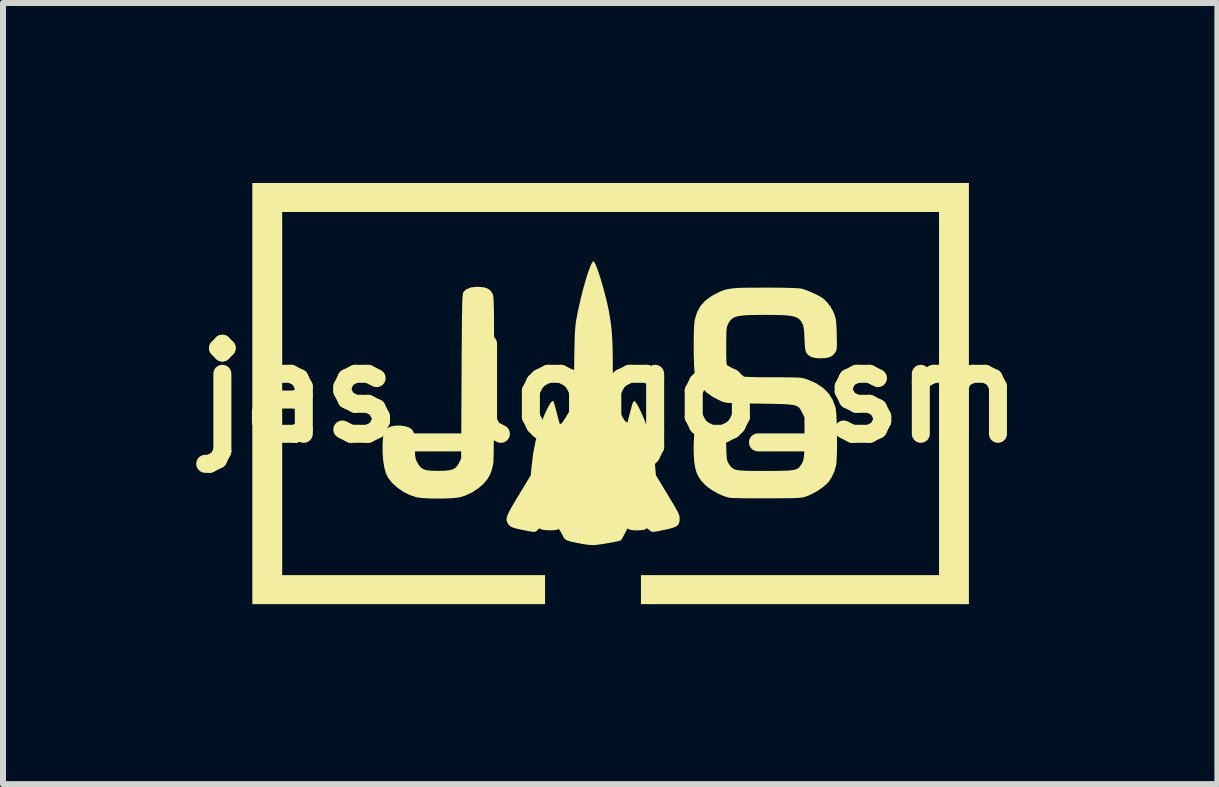
<source format=kicad_pcb>
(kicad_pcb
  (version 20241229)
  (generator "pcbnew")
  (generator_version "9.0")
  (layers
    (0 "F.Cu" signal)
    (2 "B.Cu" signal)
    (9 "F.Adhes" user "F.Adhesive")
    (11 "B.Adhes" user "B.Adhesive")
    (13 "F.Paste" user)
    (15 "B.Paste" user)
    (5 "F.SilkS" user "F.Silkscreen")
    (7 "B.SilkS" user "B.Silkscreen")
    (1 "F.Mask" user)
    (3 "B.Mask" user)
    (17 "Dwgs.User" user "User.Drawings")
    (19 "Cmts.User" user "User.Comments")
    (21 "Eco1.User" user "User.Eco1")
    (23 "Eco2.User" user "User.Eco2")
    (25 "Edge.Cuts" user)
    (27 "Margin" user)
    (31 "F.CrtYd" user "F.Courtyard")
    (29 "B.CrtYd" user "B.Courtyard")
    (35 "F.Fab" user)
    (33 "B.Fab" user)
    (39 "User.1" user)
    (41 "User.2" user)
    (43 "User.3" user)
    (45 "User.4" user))
  (footprint "jas_logo_sm"
    (layer "F.Cu")
    (at 7.121 3.503)
    (property "Reference" "jas_logo_sm" (at 0 0 0) (layer "F.SilkS") (effects (font (size 1.5 1.5) (thickness 0.3))))
    (attr board_only exclude_from_pos_files exclude_from_bom)
    (fp_poly (pts (xy 5.98 0.007) (xy 5.98 3.518) (xy 3.246 3.518) (xy 0.513 3.518) (xy 0.513 3.276) (xy 0.513 3.034) (xy 2.997 3.034) (xy 5.482 3.034) (xy 5.482 0.007) (xy 5.482 -3.019) (xy 0.007 -3.019) (xy -5.467 -3.019) (xy -5.467 0.007) (xy -5.467 3.034) (xy -3.276 3.034) (xy -1.085 3.034) (xy -1.085 3.276) (xy -1.085 3.518) (xy -3.525 3.518) (xy -5.965 3.518) (xy -5.965 0.007) (xy -5.965 -3.503) (xy 0.007 -3.503) (xy 5.98 -3.503)) (stroke (width 0) (type solid)) (fill yes) (layer "F.SilkS"))
    (fp_poly (pts (xy -2.178 -1.771) (xy -2.097 -1.762) (xy -2.038 -1.742) (xy -1.994 -1.707) (xy -1.96 -1.655) (xy -1.956 -1.645) (xy -1.952 -1.632) (xy -1.949 -1.614) (xy -1.946 -1.589) (xy -1.943 -1.556) (xy -1.941 -1.512) (xy -1.94 -1.456) (xy -1.938 -1.386) (xy -1.937 -1.3) (xy -1.936 -1.197) (xy -1.936 -1.074) (xy -1.935 -0.93) (xy -1.935 -0.762) (xy -1.935 -0.57) (xy -1.935 -0.351) (xy -1.935 -0.256) (xy -1.935 -0.058) (xy -1.935 0.133) (xy -1.936 0.315) (xy -1.937 0.485) (xy -1.938 0.642) (xy -1.939 0.783) (xy -1.941 0.906) (xy -1.942 1.008) (xy -1.944 1.088) (xy -1.946 1.143) (xy -1.948 1.172) (xy -1.948 1.173) (xy -1.961 1.233) (xy -1.981 1.301) (xy -1.994 1.341) (xy -2.041 1.428) (xy -2.112 1.513) (xy -2.202 1.59) (xy -2.305 1.657) (xy -2.418 1.709) (xy -2.508 1.736) (xy -2.565 1.745) (xy -2.645 1.752) (xy -2.74 1.756) (xy -2.844 1.758) (xy -2.949 1.757) (xy -3.049 1.754) (xy -3.136 1.749) (xy -3.205 1.74) (xy -3.23 1.736) (xy -3.342 1.698) (xy -3.451 1.643) (xy -3.55 1.574) (xy -3.635 1.496) (xy -3.701 1.412) (xy -3.736 1.342) (xy -3.765 1.238) (xy -3.785 1.113) (xy -3.794 0.971) (xy -3.793 0.841) (xy -3.788 0.754) (xy -3.779 0.69) (xy -3.764 0.644) (xy -3.74 0.61) (xy -3.706 0.582) (xy -3.689 0.571) (xy -3.637 0.551) (xy -3.567 0.542) (xy -3.491 0.542) (xy -3.417 0.552) (xy -3.357 0.571) (xy -3.355 0.572) (xy -3.318 0.595) (xy -3.291 0.623) (xy -3.273 0.661) (xy -3.261 0.714) (xy -3.256 0.786) (xy -3.254 0.883) (xy -3.254 0.892) (xy -3.253 0.971) (xy -3.252 1.028) (xy -3.247 1.069) (xy -3.239 1.101) (xy -3.227 1.132) (xy -3.213 1.158) (xy -3.184 1.208) (xy -3.151 1.245) (xy -3.11 1.27) (xy -3.057 1.285) (xy -2.985 1.293) (xy -2.89 1.296) (xy -2.865 1.296) (xy -2.763 1.294) (xy -2.685 1.286) (xy -2.626 1.271) (xy -2.582 1.247) (xy -2.549 1.213) (xy -2.521 1.166) (xy -2.519 1.162) (xy -2.484 1.092) (xy -2.477 -0.278) (xy -2.476 -0.51) (xy -2.475 -0.714) (xy -2.473 -0.893) (xy -2.472 -1.047) (xy -2.471 -1.18) (xy -2.47 -1.292) (xy -2.468 -1.386) (xy -2.467 -1.462) (xy -2.465 -1.524) (xy -2.463 -1.573) (xy -2.46 -1.61) (xy -2.457 -1.638) (xy -2.454 -1.658) (xy -2.451 -1.672) (xy -2.447 -1.682) (xy -2.443 -1.688) (xy -2.396 -1.732) (xy -2.326 -1.76) (xy -2.235 -1.772)) (stroke (width 0) (type solid)) (fill yes) (layer "F.SilkS"))
    (fp_poly (pts (xy -0.265 -2.185) (xy -0.245 -2.146) (xy -0.22 -2.087) (xy -0.193 -2.01) (xy -0.163 -1.919) (xy -0.133 -1.818) (xy -0.103 -1.711) (xy -0.074 -1.601) (xy -0.048 -1.493) (xy -0.026 -1.389) (xy -0.021 -1.365) (xy -0.004 -1.266) (xy 0.01 -1.171) (xy 0.022 -1.076) (xy 0.03 -0.975) (xy 0.037 -0.864) (xy 0.041 -0.738) (xy 0.043 -0.594) (xy 0.044 -0.425) (xy 0.044 -0.396) (xy 0.045 -0.274) (xy 0.046 -0.16) (xy 0.048 -0.057) (xy 0.05 0.032) (xy 0.052 0.101) (xy 0.055 0.148) (xy 0.058 0.166) (xy 0.07 0.2) (xy 0.095 0.252) (xy 0.129 0.315) (xy 0.167 0.382) (xy 0.171 0.388) (xy 0.271 0.553) (xy 0.31 0.405) (xy 0.328 0.335) (xy 0.346 0.269) (xy 0.36 0.215) (xy 0.365 0.194) (xy 0.381 0.153) (xy 0.399 0.133) (xy 0.403 0.132) (xy 0.421 0.145) (xy 0.446 0.182) (xy 0.477 0.237) (xy 0.511 0.308) (xy 0.547 0.388) (xy 0.582 0.476) (xy 0.614 0.565) (xy 0.614 0.565) (xy 0.672 0.758) (xy 0.714 0.948) (xy 0.742 1.149) (xy 0.747 1.194) (xy 0.763 1.369) (xy 0.96 1.695) (xy 1.021 1.796) (xy 1.068 1.875) (xy 1.103 1.936) (xy 1.128 1.983) (xy 1.144 2.018) (xy 1.153 2.046) (xy 1.157 2.07) (xy 1.158 2.088) (xy 1.156 2.137) (xy 1.146 2.174) (xy 1.126 2.203) (xy 1.091 2.227) (xy 1.037 2.247) (xy 0.962 2.267) (xy 0.873 2.286) (xy 0.8 2.301) (xy 0.75 2.31) (xy 0.716 2.313) (xy 0.693 2.31) (xy 0.674 2.3) (xy 0.654 2.284) (xy 0.648 2.279) (xy 0.618 2.257) (xy 0.603 2.254) (xy 0.596 2.264) (xy 0.578 2.275) (xy 0.539 2.282) (xy 0.487 2.287) (xy 0.43 2.288) (xy 0.376 2.285) (xy 0.334 2.279) (xy 0.311 2.269) (xy 0.3 2.259) (xy 0.292 2.258) (xy 0.281 2.27) (xy 0.265 2.3) (xy 0.239 2.35) (xy 0.237 2.355) (xy 0.212 2.402) (xy 0.19 2.437) (xy 0.177 2.454) (xy 0.177 2.454) (xy 0.152 2.463) (xy 0.105 2.474) (xy 0.041 2.487) (xy -0.031 2.5) (xy -0.107 2.513) (xy -0.179 2.523) (xy -0.24 2.531) (xy -0.285 2.534) (xy -0.293 2.534) (xy -0.352 2.53) (xy -0.422 2.521) (xy -0.476 2.512) (xy -0.571 2.493) (xy -0.641 2.478) (xy -0.692 2.465) (xy -0.727 2.451) (xy -0.753 2.433) (xy -0.772 2.41) (xy -0.79 2.378) (xy -0.811 2.336) (xy -0.813 2.332) (xy -0.838 2.288) (xy -0.855 2.268) (xy -0.869 2.27) (xy -0.869 2.27) (xy -0.893 2.279) (xy -0.937 2.285) (xy -0.993 2.287) (xy -1.051 2.286) (xy -1.104 2.281) (xy -1.143 2.273) (xy -1.157 2.266) (xy -1.172 2.255) (xy -1.19 2.263) (xy -1.209 2.28) (xy -1.227 2.297) (xy -1.243 2.308) (xy -1.264 2.313) (xy -1.295 2.312) (xy -1.342 2.304) (xy -1.409 2.291) (xy -1.438 2.286) (xy -1.526 2.267) (xy -1.59 2.251) (xy -1.635 2.236) (xy -1.666 2.219) (xy -1.688 2.197) (xy -1.702 2.178) (xy -1.717 2.15) (xy -1.726 2.124) (xy -1.728 2.096) (xy -1.721 2.062) (xy -1.705 2.019) (xy -1.678 1.964) (xy -1.639 1.894) (xy -1.587 1.805) (xy -1.526 1.704) (xy -1.323 1.368) (xy -1.313 1.252) (xy -1.284 1.008) (xy -1.24 0.783) (xy -1.178 0.572) (xy -1.098 0.368) (xy -1.053 0.271) (xy -1.015 0.198) (xy -0.985 0.152) (xy -0.962 0.132) (xy -0.945 0.134) (xy -0.94 0.15) (xy -0.928 0.189) (xy -0.912 0.245) (xy -0.894 0.314) (xy -0.888 0.336) (xy -0.869 0.407) (xy -0.853 0.468) (xy -0.84 0.512) (xy -0.832 0.535) (xy -0.831 0.537) (xy -0.822 0.527) (xy -0.802 0.498) (xy -0.773 0.454) (xy -0.74 0.401) (xy -0.705 0.344) (xy -0.672 0.29) (xy -0.645 0.242) (xy -0.626 0.207) (xy -0.622 0.198) (xy -0.619 0.177) (xy -0.616 0.131) (xy -0.613 0.061) (xy -0.61 -0.028) (xy -0.607 -0.134) (xy -0.604 -0.253) (xy -0.602 -0.382) (xy -0.6 -0.454) (xy -0.598 -0.611) (xy -0.596 -0.741) (xy -0.593 -0.849) (xy -0.591 -0.938) (xy -0.587 -1.011) (xy -0.583 -1.072) (xy -0.578 -1.125) (xy -0.573 -1.172) (xy -0.566 -1.218) (xy -0.559 -1.253) (xy -0.536 -1.375) (xy -0.508 -1.499) (xy -0.479 -1.623) (xy -0.448 -1.743) (xy -0.416 -1.856) (xy -0.386 -1.958) (xy -0.356 -2.046) (xy -0.329 -2.117) (xy -0.306 -2.168) (xy -0.287 -2.195) (xy -0.28 -2.199)) (stroke (width 0) (type solid)) (fill yes) (layer "F.SilkS"))
    (fp_poly (pts (xy 2.736 -1.758) (xy 2.871 -1.757) (xy 2.986 -1.754) (xy 3.077 -1.751) (xy 3.143 -1.747) (xy 3.183 -1.743) (xy 3.183 -1.743) (xy 3.246 -1.725) (xy 3.323 -1.695) (xy 3.405 -1.659) (xy 3.48 -1.621) (xy 3.54 -1.585) (xy 3.554 -1.575) (xy 3.619 -1.512) (xy 3.68 -1.43) (xy 3.728 -1.339) (xy 3.74 -1.309) (xy 3.752 -1.271) (xy 3.761 -1.23) (xy 3.768 -1.18) (xy 3.772 -1.115) (xy 3.776 -1.03) (xy 3.777 -0.975) (xy 3.779 -0.883) (xy 3.78 -0.815) (xy 3.778 -0.767) (xy 3.775 -0.733) (xy 3.769 -0.709) (xy 3.76 -0.689) (xy 3.754 -0.679) (xy 3.715 -0.632) (xy 3.665 -0.602) (xy 3.598 -0.585) (xy 3.51 -0.58) (xy 3.42 -0.585) (xy 3.353 -0.602) (xy 3.304 -0.633) (xy 3.272 -0.67) (xy 3.261 -0.694) (xy 3.252 -0.728) (xy 3.246 -0.779) (xy 3.242 -0.85) (xy 3.239 -0.908) (xy 3.235 -0.994) (xy 3.23 -1.057) (xy 3.223 -1.103) (xy 3.213 -1.138) (xy 3.201 -1.164) (xy 3.18 -1.201) (xy 3.154 -1.231) (xy 3.122 -1.254) (xy 3.08 -1.272) (xy 3.026 -1.285) (xy 2.955 -1.294) (xy 2.865 -1.3) (xy 2.752 -1.303) (xy 2.614 -1.304) (xy 2.587 -1.304) (xy 2.444 -1.303) (xy 2.327 -1.301) (xy 2.234 -1.296) (xy 2.16 -1.287) (xy 2.102 -1.275) (xy 2.058 -1.258) (xy 2.025 -1.235) (xy 1.998 -1.206) (xy 1.975 -1.169) (xy 1.969 -1.157) (xy 1.958 -1.133) (xy 1.949 -1.11) (xy 1.943 -1.082) (xy 1.939 -1.044) (xy 1.937 -0.993) (xy 1.936 -0.924) (xy 1.935 -0.832) (xy 1.935 -0.784) (xy 1.935 -0.68) (xy 1.936 -0.601) (xy 1.937 -0.543) (xy 1.941 -0.5) (xy 1.946 -0.469) (xy 1.953 -0.444) (xy 1.962 -0.421) (xy 1.968 -0.411) (xy 1.987 -0.376) (xy 2.007 -0.348) (xy 2.033 -0.325) (xy 2.066 -0.306) (xy 2.108 -0.292) (xy 2.164 -0.281) (xy 2.235 -0.274) (xy 2.325 -0.269) (xy 2.435 -0.266) (xy 2.57 -0.264) (xy 2.726 -0.264) (xy 2.855 -0.264) (xy 2.958 -0.263) (xy 3.04 -0.262) (xy 3.103 -0.26) (xy 3.152 -0.258) (xy 3.19 -0.254) (xy 3.22 -0.248) (xy 3.247 -0.241) (xy 3.275 -0.232) (xy 3.287 -0.228) (xy 3.43 -0.166) (xy 3.547 -0.089) (xy 3.641 0.004) (xy 3.71 0.113) (xy 3.756 0.238) (xy 3.759 0.25) (xy 3.765 0.294) (xy 3.771 0.362) (xy 3.775 0.449) (xy 3.779 0.55) (xy 3.781 0.659) (xy 3.782 0.771) (xy 3.782 0.882) (xy 3.78 0.985) (xy 3.777 1.076) (xy 3.773 1.149) (xy 3.767 1.199) (xy 3.767 1.202) (xy 3.739 1.301) (xy 3.696 1.396) (xy 3.644 1.477) (xy 3.623 1.501) (xy 3.555 1.561) (xy 3.469 1.622) (xy 3.376 1.675) (xy 3.287 1.716) (xy 3.282 1.717) (xy 3.258 1.726) (xy 3.234 1.733) (xy 3.208 1.739) (xy 3.176 1.743) (xy 3.137 1.746) (xy 3.085 1.749) (xy 3.018 1.751) (xy 2.934 1.752) (xy 2.828 1.753) (xy 2.698 1.754) (xy 2.616 1.754) (xy 2.487 1.754) (xy 2.364 1.754) (xy 2.252 1.753) (xy 2.154 1.751) (xy 2.074 1.749) (xy 2.015 1.746) (xy 1.982 1.744) (xy 1.979 1.743) (xy 1.897 1.718) (xy 1.804 1.678) (xy 1.712 1.627) (xy 1.629 1.57) (xy 1.585 1.532) (xy 1.524 1.468) (xy 1.477 1.403) (xy 1.442 1.331) (xy 1.418 1.248) (xy 1.402 1.15) (xy 1.394 1.031) (xy 1.392 0.912) (xy 1.394 0.807) (xy 1.398 0.728) (xy 1.408 0.669) (xy 1.423 0.627) (xy 1.446 0.597) (xy 1.478 0.575) (xy 1.502 0.563) (xy 1.557 0.549) (xy 1.627 0.543) (xy 1.701 0.544) (xy 1.769 0.553) (xy 1.816 0.568) (xy 1.855 0.59) (xy 1.884 0.615) (xy 1.904 0.646) (xy 1.918 0.69) (xy 1.927 0.749) (xy 1.932 0.831) (xy 1.935 0.9) (xy 1.938 0.986) (xy 1.941 1.048) (xy 1.945 1.093) (xy 1.952 1.125) (xy 1.962 1.15) (xy 1.975 1.174) (xy 1.983 1.186) (xy 2.004 1.215) (xy 2.024 1.239) (xy 2.047 1.257) (xy 2.077 1.272) (xy 2.116 1.282) (xy 2.168 1.289) (xy 2.236 1.293) (xy 2.324 1.296) (xy 2.434 1.297) (xy 2.571 1.297) (xy 2.58 1.297) (xy 2.719 1.297) (xy 2.832 1.296) (xy 2.922 1.293) (xy 2.993 1.289) (xy 3.047 1.283) (xy 3.087 1.274) (xy 3.117 1.262) (xy 3.14 1.247) (xy 3.159 1.227) (xy 3.171 1.212) (xy 3.192 1.181) (xy 3.208 1.15) (xy 3.22 1.114) (xy 3.229 1.069) (xy 3.234 1.011) (xy 3.237 0.935) (xy 3.239 0.838) (xy 3.239 0.733) (xy 3.239 0.401) (xy 3.199 0.322) (xy 3.182 0.289) (xy 3.165 0.262) (xy 3.147 0.24) (xy 3.123 0.222) (xy 3.092 0.209) (xy 3.05 0.198) (xy 2.994 0.191) (xy 2.922 0.185) (xy 2.832 0.182) (xy 2.719 0.179) (xy 2.581 0.177) (xy 2.484 0.175) (xy 2.341 0.173) (xy 2.224 0.171) (xy 2.13 0.169) (xy 2.056 0.167) (xy 1.998 0.164) (xy 1.955 0.161) (xy 1.922 0.156) (xy 1.896 0.151) (xy 1.875 0.145) (xy 1.854 0.137) (xy 1.854 0.136) (xy 1.716 0.067) (xy 1.604 -0.013) (xy 1.517 -0.104) (xy 1.454 -0.21) (xy 1.413 -0.331) (xy 1.409 -0.349) (xy 1.403 -0.391) (xy 1.399 -0.457) (xy 1.396 -0.542) (xy 1.394 -0.639) (xy 1.393 -0.744) (xy 1.393 -0.851) (xy 1.394 -0.955) (xy 1.396 -1.049) (xy 1.4 -1.13) (xy 1.405 -1.19) (xy 1.409 -1.219) (xy 1.447 -1.345) (xy 1.505 -1.452) (xy 1.586 -1.542) (xy 1.691 -1.619) (xy 1.742 -1.647) (xy 1.796 -1.674) (xy 1.844 -1.697) (xy 1.891 -1.715) (xy 1.939 -1.729) (xy 1.993 -1.739) (xy 2.055 -1.747) (xy 2.13 -1.753) (xy 2.221 -1.756) (xy 2.331 -1.758) (xy 2.465 -1.758) (xy 2.583 -1.759)) (stroke (width 0) (type solid)) (fill yes) (layer "F.SilkS")))
  (gr_rect
    (start -3 -3)
    (end 17.243 10.021)
    (stroke (width 0.1) (type default))
    (fill no)
    (layer "Edge.Cuts")))
</source>
